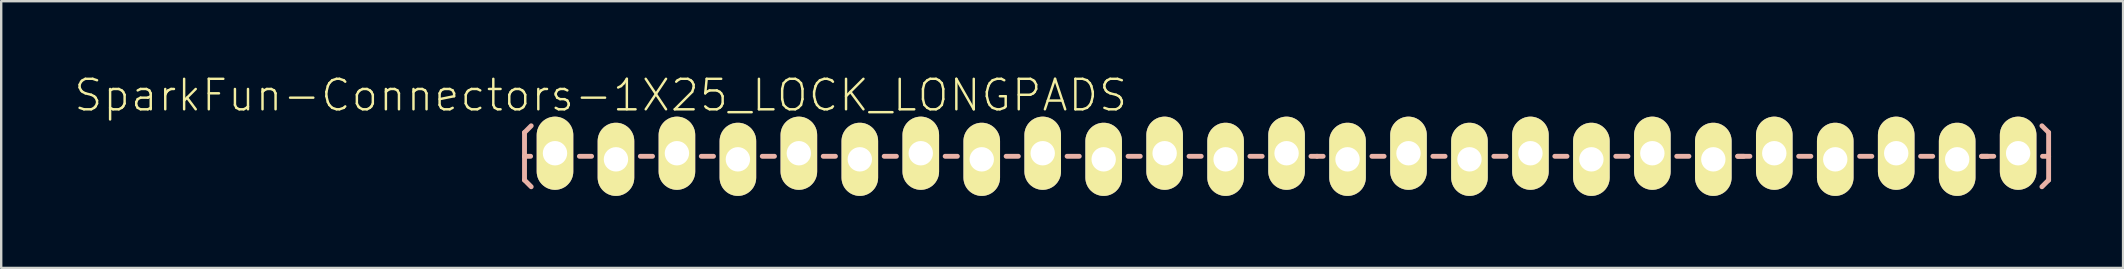
<source format=kicad_pcb>
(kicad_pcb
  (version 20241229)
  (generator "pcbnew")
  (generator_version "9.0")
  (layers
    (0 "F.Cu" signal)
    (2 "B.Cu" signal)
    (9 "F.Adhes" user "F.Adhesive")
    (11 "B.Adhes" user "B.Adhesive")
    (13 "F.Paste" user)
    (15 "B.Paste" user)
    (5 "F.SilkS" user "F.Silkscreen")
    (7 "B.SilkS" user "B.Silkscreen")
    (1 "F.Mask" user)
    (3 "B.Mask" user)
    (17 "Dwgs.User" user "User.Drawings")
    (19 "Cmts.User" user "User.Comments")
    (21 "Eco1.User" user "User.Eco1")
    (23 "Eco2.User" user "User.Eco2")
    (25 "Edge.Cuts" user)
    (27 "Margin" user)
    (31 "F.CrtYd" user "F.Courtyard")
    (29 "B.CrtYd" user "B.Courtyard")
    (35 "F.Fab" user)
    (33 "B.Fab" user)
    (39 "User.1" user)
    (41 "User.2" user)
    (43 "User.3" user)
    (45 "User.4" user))
  (footprint "SparkFun-Connectors-1X25_LOCK_LONGPADS"
    (layer "F.Cu")
    (at 20.073 3.461)
    (property "Reference" "SparkFun-Connectors-1X25_LOCK_LONGPADS" (at 1.905 -2.54 0) (layer "F.SilkS") (effects (font (size 1.27 1.27) (thickness 0.102))))
    (attr exclude_from_pos_files exclude_from_bom)
    (fp_line (start -0.292 -0.292) (end 0.292 -0.292) (stroke (width 0.066) (type solid)) (layer "F.SilkS"))
    (fp_line (start -0.292 0.292) (end -0.292 -0.292) (stroke (width 0.066) (type solid)) (layer "F.SilkS"))
    (fp_line (start -0.292 0.292) (end 0.292 0.292) (stroke (width 0.066) (type solid)) (layer "F.SilkS"))
    (fp_line (start 0.292 0.292) (end 0.292 -0.292) (stroke (width 0.066) (type solid)) (layer "F.SilkS"))
    (fp_line (start 2.248 -0.292) (end 2.832 -0.292) (stroke (width 0.066) (type solid)) (layer "F.SilkS"))
    (fp_line (start 2.248 0.292) (end 2.248 -0.292) (stroke (width 0.066) (type solid)) (layer "F.SilkS"))
    (fp_line (start 2.248 0.292) (end 2.832 0.292) (stroke (width 0.066) (type solid)) (layer "F.SilkS"))
    (fp_line (start 2.832 0.292) (end 2.832 -0.292) (stroke (width 0.066) (type solid)) (layer "F.SilkS"))
    (fp_line (start 4.788 -0.292) (end 5.372 -0.292) (stroke (width 0.066) (type solid)) (layer "F.SilkS"))
    (fp_line (start 4.788 0.292) (end 4.788 -0.292) (stroke (width 0.066) (type solid)) (layer "F.SilkS"))
    (fp_line (start 4.788 0.292) (end 5.372 0.292) (stroke (width 0.066) (type solid)) (layer "F.SilkS"))
    (fp_line (start 5.372 0.292) (end 5.372 -0.292) (stroke (width 0.066) (type solid)) (layer "F.SilkS"))
    (fp_line (start 7.328 -0.292) (end 7.912 -0.292) (stroke (width 0.066) (type solid)) (layer "F.SilkS"))
    (fp_line (start 7.328 0.292) (end 7.328 -0.292) (stroke (width 0.066) (type solid)) (layer "F.SilkS"))
    (fp_line (start 7.328 0.292) (end 7.912 0.292) (stroke (width 0.066) (type solid)) (layer "F.SilkS"))
    (fp_line (start 7.912 0.292) (end 7.912 -0.292) (stroke (width 0.066) (type solid)) (layer "F.SilkS"))
    (fp_line (start 9.868 -0.292) (end 10.452 -0.292) (stroke (width 0.066) (type solid)) (layer "F.SilkS"))
    (fp_line (start 9.868 0.292) (end 9.868 -0.292) (stroke (width 0.066) (type solid)) (layer "F.SilkS"))
    (fp_line (start 9.868 0.292) (end 10.452 0.292) (stroke (width 0.066) (type solid)) (layer "F.SilkS"))
    (fp_line (start 10.452 0.292) (end 10.452 -0.292) (stroke (width 0.066) (type solid)) (layer "F.SilkS"))
    (fp_line (start 12.408 -0.292) (end 12.992 -0.292) (stroke (width 0.066) (type solid)) (layer "F.SilkS"))
    (fp_line (start 12.408 0.292) (end 12.408 -0.292) (stroke (width 0.066) (type solid)) (layer "F.SilkS"))
    (fp_line (start 12.408 0.292) (end 12.992 0.292) (stroke (width 0.066) (type solid)) (layer "F.SilkS"))
    (fp_line (start 12.992 0.292) (end 12.992 -0.292) (stroke (width 0.066) (type solid)) (layer "F.SilkS"))
    (fp_line (start 14.948 -0.292) (end 15.532 -0.292) (stroke (width 0.066) (type solid)) (layer "F.SilkS"))
    (fp_line (start 14.948 0.292) (end 14.948 -0.292) (stroke (width 0.066) (type solid)) (layer "F.SilkS"))
    (fp_line (start 14.948 0.292) (end 15.532 0.292) (stroke (width 0.066) (type solid)) (layer "F.SilkS"))
    (fp_line (start 15.532 0.292) (end 15.532 -0.292) (stroke (width 0.066) (type solid)) (layer "F.SilkS"))
    (fp_line (start 17.488 -0.292) (end 18.072 -0.292) (stroke (width 0.066) (type solid)) (layer "F.SilkS"))
    (fp_line (start 17.488 0.292) (end 17.488 -0.292) (stroke (width 0.066) (type solid)) (layer "F.SilkS"))
    (fp_line (start 17.488 0.292) (end 18.072 0.292) (stroke (width 0.066) (type solid)) (layer "F.SilkS"))
    (fp_line (start 18.072 0.292) (end 18.072 -0.292) (stroke (width 0.066) (type solid)) (layer "F.SilkS"))
    (fp_line (start 20.028 -0.292) (end 20.612 -0.292) (stroke (width 0.066) (type solid)) (layer "F.SilkS"))
    (fp_line (start 20.028 0.292) (end 20.028 -0.292) (stroke (width 0.066) (type solid)) (layer "F.SilkS"))
    (fp_line (start 20.028 0.292) (end 20.612 0.292) (stroke (width 0.066) (type solid)) (layer "F.SilkS"))
    (fp_line (start 20.612 0.292) (end 20.612 -0.292) (stroke (width 0.066) (type solid)) (layer "F.SilkS"))
    (fp_line (start 22.568 -0.292) (end 23.152 -0.292) (stroke (width 0.066) (type solid)) (layer "F.SilkS"))
    (fp_line (start 22.568 0.292) (end 22.568 -0.292) (stroke (width 0.066) (type solid)) (layer "F.SilkS"))
    (fp_line (start 22.568 0.292) (end 23.152 0.292) (stroke (width 0.066) (type solid)) (layer "F.SilkS"))
    (fp_line (start 23.152 0.292) (end 23.152 -0.292) (stroke (width 0.066) (type solid)) (layer "F.SilkS"))
    (fp_line (start 25.108 -0.292) (end 25.692 -0.292) (stroke (width 0.066) (type solid)) (layer "F.SilkS"))
    (fp_line (start 25.108 0.292) (end 25.108 -0.292) (stroke (width 0.066) (type solid)) (layer "F.SilkS"))
    (fp_line (start 25.108 0.292) (end 25.692 0.292) (stroke (width 0.066) (type solid)) (layer "F.SilkS"))
    (fp_line (start 25.692 0.292) (end 25.692 -0.292) (stroke (width 0.066) (type solid)) (layer "F.SilkS"))
    (fp_line (start 27.648 -0.292) (end 28.232 -0.292) (stroke (width 0.066) (type solid)) (layer "F.SilkS"))
    (fp_line (start 27.648 0.292) (end 27.648 -0.292) (stroke (width 0.066) (type solid)) (layer "F.SilkS"))
    (fp_line (start 27.648 0.292) (end 28.232 0.292) (stroke (width 0.066) (type solid)) (layer "F.SilkS"))
    (fp_line (start 28.232 0.292) (end 28.232 -0.292) (stroke (width 0.066) (type solid)) (layer "F.SilkS"))
    (fp_line (start 30.185 -0.292) (end 30.772 -0.292) (stroke (width 0.066) (type solid)) (layer "F.SilkS"))
    (fp_line (start 30.185 0.292) (end 30.185 -0.292) (stroke (width 0.066) (type solid)) (layer "F.SilkS"))
    (fp_line (start 30.185 0.292) (end 30.772 0.292) (stroke (width 0.066) (type solid)) (layer "F.SilkS"))
    (fp_line (start 30.772 0.292) (end 30.772 -0.292) (stroke (width 0.066) (type solid)) (layer "F.SilkS"))
    (fp_line (start 32.728 -0.292) (end 33.312 -0.292) (stroke (width 0.066) (type solid)) (layer "F.SilkS"))
    (fp_line (start 32.728 0.292) (end 32.728 -0.292) (stroke (width 0.066) (type solid)) (layer "F.SilkS"))
    (fp_line (start 32.728 0.292) (end 33.312 0.292) (stroke (width 0.066) (type solid)) (layer "F.SilkS"))
    (fp_line (start 33.312 0.292) (end 33.312 -0.292) (stroke (width 0.066) (type solid)) (layer "F.SilkS"))
    (fp_line (start 35.268 -0.292) (end 35.852 -0.292) (stroke (width 0.066) (type solid)) (layer "F.SilkS"))
    (fp_line (start 35.268 0.292) (end 35.268 -0.292) (stroke (width 0.066) (type solid)) (layer "F.SilkS"))
    (fp_line (start 35.268 0.292) (end 35.852 0.292) (stroke (width 0.066) (type solid)) (layer "F.SilkS"))
    (fp_line (start 35.852 0.292) (end 35.852 -0.292) (stroke (width 0.066) (type solid)) (layer "F.SilkS"))
    (fp_line (start 37.808 -0.292) (end 38.392 -0.292) (stroke (width 0.066) (type solid)) (layer "F.SilkS"))
    (fp_line (start 37.808 0.292) (end 37.808 -0.292) (stroke (width 0.066) (type solid)) (layer "F.SilkS"))
    (fp_line (start 37.808 0.292) (end 38.392 0.292) (stroke (width 0.066) (type solid)) (layer "F.SilkS"))
    (fp_line (start 38.392 0.292) (end 38.392 -0.292) (stroke (width 0.066) (type solid)) (layer "F.SilkS"))
    (fp_line (start 40.348 -0.292) (end 40.932 -0.292) (stroke (width 0.066) (type solid)) (layer "F.SilkS"))
    (fp_line (start 40.348 0.292) (end 40.348 -0.292) (stroke (width 0.066) (type solid)) (layer "F.SilkS"))
    (fp_line (start 40.348 0.292) (end 40.932 0.292) (stroke (width 0.066) (type solid)) (layer "F.SilkS"))
    (fp_line (start 40.932 0.292) (end 40.932 -0.292) (stroke (width 0.066) (type solid)) (layer "F.SilkS"))
    (fp_line (start 42.888 -0.292) (end 43.472 -0.292) (stroke (width 0.066) (type solid)) (layer "F.SilkS"))
    (fp_line (start 42.888 0.292) (end 42.888 -0.292) (stroke (width 0.066) (type solid)) (layer "F.SilkS"))
    (fp_line (start 42.888 0.292) (end 43.472 0.292) (stroke (width 0.066) (type solid)) (layer "F.SilkS"))
    (fp_line (start 43.472 0.292) (end 43.472 -0.292) (stroke (width 0.066) (type solid)) (layer "F.SilkS"))
    (fp_line (start 45.428 -0.292) (end 46.012 -0.292) (stroke (width 0.066) (type solid)) (layer "F.SilkS"))
    (fp_line (start 45.428 0.292) (end 45.428 -0.292) (stroke (width 0.066) (type solid)) (layer "F.SilkS"))
    (fp_line (start 45.428 0.292) (end 46.012 0.292) (stroke (width 0.066) (type solid)) (layer "F.SilkS"))
    (fp_line (start 46.012 0.292) (end 46.012 -0.292) (stroke (width 0.066) (type solid)) (layer "F.SilkS"))
    (fp_line (start 47.968 -0.292) (end 48.552 -0.292) (stroke (width 0.066) (type solid)) (layer "F.SilkS"))
    (fp_line (start 47.968 0.292) (end 47.968 -0.292) (stroke (width 0.066) (type solid)) (layer "F.SilkS"))
    (fp_line (start 47.968 0.292) (end 48.552 0.292) (stroke (width 0.066) (type solid)) (layer "F.SilkS"))
    (fp_line (start 48.552 0.292) (end 48.552 -0.292) (stroke (width 0.066) (type solid)) (layer "F.SilkS"))
    (fp_line (start 50.508 -0.292) (end 51.092 -0.292) (stroke (width 0.066) (type solid)) (layer "F.SilkS"))
    (fp_line (start 50.508 0.292) (end 50.508 -0.292) (stroke (width 0.066) (type solid)) (layer "F.SilkS"))
    (fp_line (start 50.508 0.292) (end 51.092 0.292) (stroke (width 0.066) (type solid)) (layer "F.SilkS"))
    (fp_line (start 51.092 0.292) (end 51.092 -0.292) (stroke (width 0.066) (type solid)) (layer "F.SilkS"))
    (fp_line (start 53.045 -0.292) (end 53.632 -0.292) (stroke (width 0.066) (type solid)) (layer "F.SilkS"))
    (fp_line (start 53.045 0.292) (end 53.045 -0.292) (stroke (width 0.066) (type solid)) (layer "F.SilkS"))
    (fp_line (start 53.045 0.292) (end 53.632 0.292) (stroke (width 0.066) (type solid)) (layer "F.SilkS"))
    (fp_line (start 53.632 0.292) (end 53.632 -0.292) (stroke (width 0.066) (type solid)) (layer "F.SilkS"))
    (fp_line (start 55.588 -0.292) (end 56.172 -0.292) (stroke (width 0.066) (type solid)) (layer "F.SilkS"))
    (fp_line (start 55.588 0.292) (end 55.588 -0.292) (stroke (width 0.066) (type solid)) (layer "F.SilkS"))
    (fp_line (start 55.588 0.292) (end 56.172 0.292) (stroke (width 0.066) (type solid)) (layer "F.SilkS"))
    (fp_line (start 56.172 0.292) (end 56.172 -0.292) (stroke (width 0.066) (type solid)) (layer "F.SilkS"))
    (fp_line (start 58.128 -0.292) (end 58.712 -0.292) (stroke (width 0.066) (type solid)) (layer "F.SilkS"))
    (fp_line (start 58.128 0.292) (end 58.128 -0.292) (stroke (width 0.066) (type solid)) (layer "F.SilkS"))
    (fp_line (start 58.128 0.292) (end 58.712 0.292) (stroke (width 0.066) (type solid)) (layer "F.SilkS"))
    (fp_line (start 58.712 0.292) (end 58.712 -0.292) (stroke (width 0.066) (type solid)) (layer "F.SilkS"))
    (fp_line (start 60.668 -0.292) (end 61.252 -0.292) (stroke (width 0.066) (type solid)) (layer "F.SilkS"))
    (fp_line (start 60.668 0.292) (end 60.668 -0.292) (stroke (width 0.066) (type solid)) (layer "F.SilkS"))
    (fp_line (start 60.668 0.292) (end 61.252 0.292) (stroke (width 0.066) (type solid)) (layer "F.SilkS"))
    (fp_line (start 61.252 0.292) (end 61.252 -0.292) (stroke (width 0.066) (type solid)) (layer "F.SilkS"))
    (fp_line (start -1.27 -0.991) (end -0.991 -1.27) (stroke (width 0.203) (type solid)) (layer "B.SilkS"))
    (fp_line (start -1.27 0) (end -1.27 -0.991) (stroke (width 0.203) (type solid)) (layer "B.SilkS"))
    (fp_line (start -1.27 0) (end -1.27 0.991) (stroke (width 0.203) (type solid)) (layer "B.SilkS"))
    (fp_line (start -1.27 0) (end -1.016 0) (stroke (width 0.203) (type solid)) (layer "B.SilkS"))
    (fp_line (start -1.27 0.991) (end -0.991 1.27) (stroke (width 0.203) (type solid)) (layer "B.SilkS"))
    (fp_line (start 1.524 0) (end 1.016 0) (stroke (width 0.203) (type solid)) (layer "B.SilkS"))
    (fp_line (start 4.064 0) (end 3.556 0) (stroke (width 0.203) (type solid)) (layer "B.SilkS"))
    (fp_line (start 6.604 0) (end 6.096 0) (stroke (width 0.203) (type solid)) (layer "B.SilkS"))
    (fp_line (start 9.144 0) (end 8.636 0) (stroke (width 0.203) (type solid)) (layer "B.SilkS"))
    (fp_line (start 11.684 0) (end 11.176 0) (stroke (width 0.203) (type solid)) (layer "B.SilkS"))
    (fp_line (start 14.224 0) (end 13.716 0) (stroke (width 0.203) (type solid)) (layer "B.SilkS"))
    (fp_line (start 16.764 0) (end 16.256 0) (stroke (width 0.203) (type solid)) (layer "B.SilkS"))
    (fp_line (start 19.304 0) (end 18.796 0) (stroke (width 0.203) (type solid)) (layer "B.SilkS"))
    (fp_line (start 21.844 0) (end 21.336 0) (stroke (width 0.203) (type solid)) (layer "B.SilkS"))
    (fp_line (start 24.384 0) (end 23.876 0) (stroke (width 0.203) (type solid)) (layer "B.SilkS"))
    (fp_line (start 26.924 0) (end 26.416 0) (stroke (width 0.203) (type solid)) (layer "B.SilkS"))
    (fp_line (start 29.464 0) (end 28.953 0) (stroke (width 0.203) (type solid)) (layer "B.SilkS"))
    (fp_line (start 31.75 0) (end 31.496 0) (stroke (width 0.203) (type solid)) (layer "B.SilkS"))
    (fp_line (start 32.004 0) (end 31.75 0) (stroke (width 0.203) (type solid)) (layer "B.SilkS"))
    (fp_line (start 34.544 0) (end 34.036 0) (stroke (width 0.203) (type solid)) (layer "B.SilkS"))
    (fp_line (start 37.084 0) (end 36.576 0) (stroke (width 0.203) (type solid)) (layer "B.SilkS"))
    (fp_line (start 39.624 0) (end 39.116 0) (stroke (width 0.203) (type solid)) (layer "B.SilkS"))
    (fp_line (start 42.164 0) (end 41.656 0) (stroke (width 0.203) (type solid)) (layer "B.SilkS"))
    (fp_line (start 44.704 0) (end 44.196 0) (stroke (width 0.203) (type solid)) (layer "B.SilkS"))
    (fp_line (start 47.244 0) (end 46.736 0) (stroke (width 0.203) (type solid)) (layer "B.SilkS"))
    (fp_line (start 49.53 0) (end 49.276 0) (stroke (width 0.203) (type solid)) (layer "B.SilkS"))
    (fp_line (start 49.784 0) (end 49.276 0) (stroke (width 0.203) (type solid)) (layer "B.SilkS"))
    (fp_line (start 52.324 0) (end 51.816 0) (stroke (width 0.203) (type solid)) (layer "B.SilkS"))
    (fp_line (start 54.864 0) (end 54.356 0) (stroke (width 0.203) (type solid)) (layer "B.SilkS"))
    (fp_line (start 57.401 0) (end 56.896 0) (stroke (width 0.203) (type solid)) (layer "B.SilkS"))
    (fp_line (start 59.69 0) (end 59.436 0) (stroke (width 0.203) (type solid)) (layer "B.SilkS"))
    (fp_line (start 59.944 0) (end 59.436 0) (stroke (width 0.203) (type solid)) (layer "B.SilkS"))
    (fp_line (start 62.23 -0.991) (end 61.951 -1.27) (stroke (width 0.203) (type solid)) (layer "B.SilkS"))
    (fp_line (start 62.23 0) (end 61.976 0) (stroke (width 0.203) (type solid)) (layer "B.SilkS"))
    (fp_line (start 62.23 0) (end 62.23 -0.991) (stroke (width 0.203) (type solid)) (layer "B.SilkS"))
    (fp_line (start 62.23 0) (end 62.23 0.991) (stroke (width 0.203) (type solid)) (layer "B.SilkS"))
    (fp_line (start 62.23 0.991) (end 61.951 1.27) (stroke (width 0.203) (type solid)) (layer "B.SilkS"))
    (pad "1" thru_hole oval (at 0 -0.127 180) (size 1.524 3.048) (drill 1.016) (layers "*.Cu" "F.Mask" "F.SilkS" "F.Paste"))
    (pad "2" thru_hole oval (at 2.54 0.127 180) (size 1.524 3.048) (drill 1.016) (layers "*.Cu" "F.Mask" "F.SilkS" "F.Paste"))
    (pad "3" thru_hole oval (at 5.08 -0.127 180) (size 1.524 3.048) (drill 1.016) (layers "*.Cu" "F.Mask" "F.SilkS" "F.Paste"))
    (pad "4" thru_hole oval (at 7.62 0.127 180) (size 1.524 3.048) (drill 1.016) (layers "*.Cu" "F.Mask" "F.SilkS" "F.Paste"))
    (pad "5" thru_hole oval (at 10.16 -0.127 180) (size 1.524 3.048) (drill 1.016) (layers "*.Cu" "F.Mask" "F.SilkS" "F.Paste"))
    (pad "6" thru_hole oval (at 12.7 0.127 180) (size 1.524 3.048) (drill 1.016) (layers "*.Cu" "F.Mask" "F.SilkS" "F.Paste"))
    (pad "7" thru_hole oval (at 15.24 -0.127 180) (size 1.524 3.048) (drill 1.016) (layers "*.Cu" "F.Mask" "F.SilkS" "F.Paste"))
    (pad "8" thru_hole oval (at 17.78 0.127 180) (size 1.524 3.048) (drill 1.016) (layers "*.Cu" "F.Mask" "F.SilkS" "F.Paste"))
    (pad "9" thru_hole oval (at 20.32 -0.127 180) (size 1.524 3.048) (drill 1.016) (layers "*.Cu" "F.Mask" "F.SilkS" "F.Paste"))
    (pad "10" thru_hole oval (at 22.86 0.127 180) (size 1.524 3.048) (drill 1.016) (layers "*.Cu" "F.Mask" "F.SilkS" "F.Paste"))
    (pad "11" thru_hole oval (at 25.4 -0.127 180) (size 1.524 3.048) (drill 1.016) (layers "*.Cu" "F.Mask" "F.SilkS" "F.Paste"))
    (pad "12" thru_hole oval (at 27.94 0.127 180) (size 1.524 3.048) (drill 1.016) (layers "*.Cu" "F.Mask" "F.SilkS" "F.Paste"))
    (pad "13" thru_hole oval (at 30.48 -0.127 180) (size 1.524 3.048) (drill 1.016) (layers "*.Cu" "F.Mask" "F.SilkS" "F.Paste"))
    (pad "14" thru_hole oval (at 33.02 0.127 180) (size 1.524 3.048) (drill 1.016) (layers "*.Cu" "F.Mask" "F.SilkS" "F.Paste"))
    (pad "15" thru_hole oval (at 35.56 -0.127 180) (size 1.524 3.048) (drill 1.016) (layers "*.Cu" "F.Mask" "F.SilkS" "F.Paste"))
    (pad "16" thru_hole oval (at 38.1 0.127 180) (size 1.524 3.048) (drill 1.016) (layers "*.Cu" "F.Mask" "F.SilkS" "F.Paste"))
    (pad "17" thru_hole oval (at 40.64 -0.127 180) (size 1.524 3.048) (drill 1.016) (layers "*.Cu" "F.Mask" "F.SilkS" "F.Paste"))
    (pad "18" thru_hole oval (at 43.18 0.127 180) (size 1.524 3.048) (drill 1.016) (layers "*.Cu" "F.Mask" "F.SilkS" "F.Paste"))
    (pad "19" thru_hole oval (at 45.72 -0.127 180) (size 1.524 3.048) (drill 1.016) (layers "*.Cu" "F.Mask" "F.SilkS" "F.Paste"))
    (pad "20" thru_hole oval (at 48.26 0.127 180) (size 1.524 3.048) (drill 1.016) (layers "*.Cu" "F.Mask" "F.SilkS" "F.Paste"))
    (pad "21" thru_hole oval (at 50.8 -0.127 180) (size 1.524 3.048) (drill 1.016) (layers "*.Cu" "F.Mask" "F.SilkS" "F.Paste"))
    (pad "22" thru_hole oval (at 53.34 0.127 180) (size 1.524 3.048) (drill 1.016) (layers "*.Cu" "F.Mask" "F.SilkS" "F.Paste"))
    (pad "23" thru_hole oval (at 55.88 -0.127 180) (size 1.524 3.048) (drill 1.016) (layers "*.Cu" "F.Mask" "F.SilkS" "F.Paste"))
    (pad "24" thru_hole oval (at 58.42 0.127 180) (size 1.524 3.048) (drill 1.016) (layers "*.Cu" "F.Mask" "F.SilkS" "F.Paste"))
    (pad "25" thru_hole oval (at 60.96 -0.127 180) (size 1.524 3.048) (drill 1.016) (layers "*.Cu" "F.Mask" "F.SilkS" "F.Paste")))
  (gr_rect
    (start -3 -3)
    (end 85.405 8.112)
    (stroke (width 0.1) (type default))
    (fill no)
    (layer "Edge.Cuts")))
</source>
